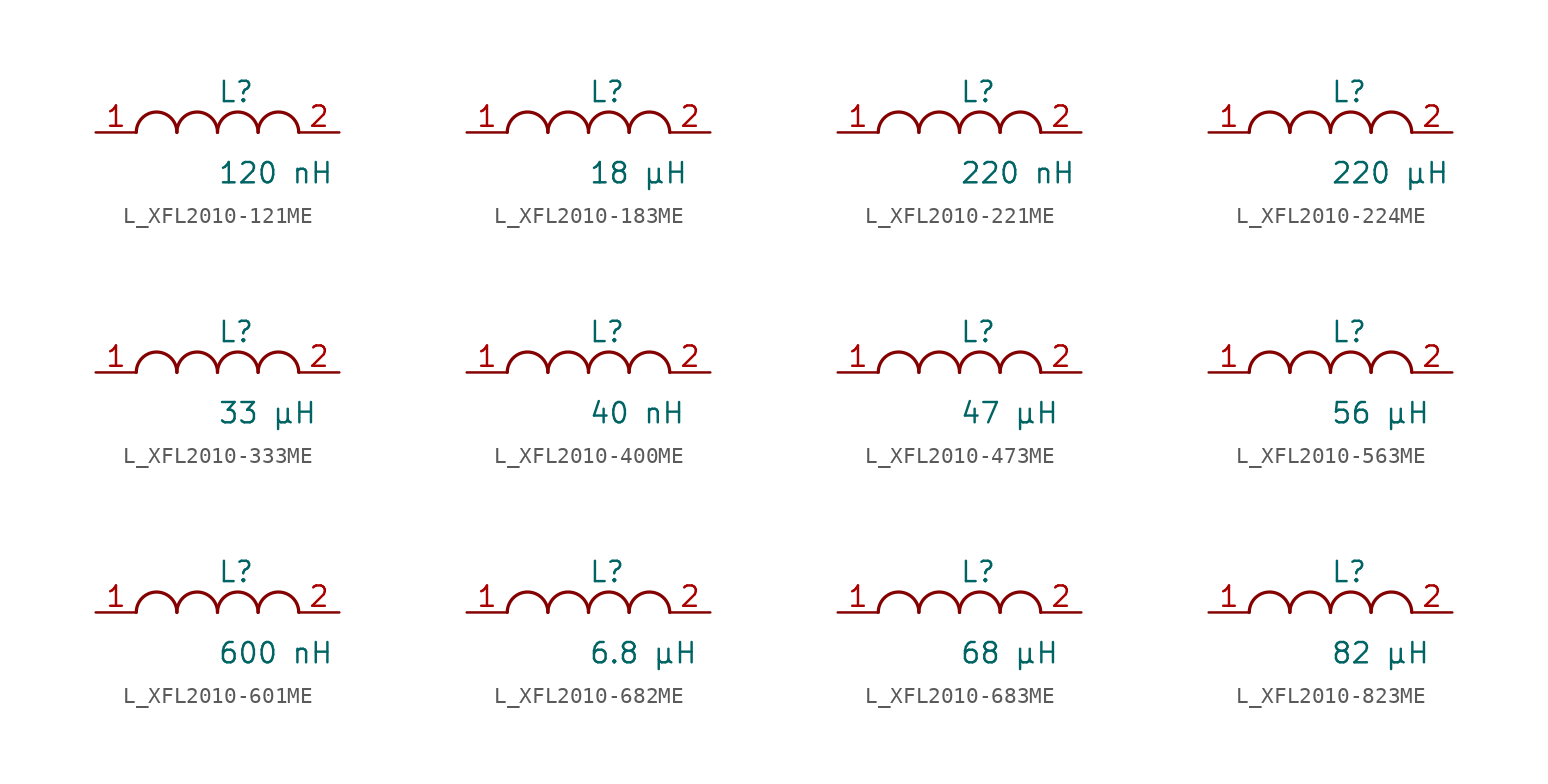
<source format=kicad_sym>
(kicad_symbol_lib
  (version 20231120)
  (generator kicad_symbol_editor)
  (generator_version 8.0)
  (symbol "L_XFL2010-121ME"
    (pin_names
      (offset 0.254))
    (property "Reference" "L"
      (at 0 2.54 0)
      (effects (font (size 1.27 1.27)) (justify left)))
    (property "Value" "120 nH"
      (at 0 -2.54 0)
      (effects (font (size 1.27 1.27)) (justify left)))
    (symbol "L_XFL2010-121ME_1_1"
      (arc (start -2.54 0.0056) (mid -3.81 1.27) (end -5.08 0.0056) (stroke (width 0.2032) (type default)) (fill (type none)))
      (arc (start 0 0.0056) (mid -1.27 1.27) (end -2.54 0.0056) (stroke (width 0.2032) (type default)) (fill (type none)))
      (arc (start 2.54 0.0056) (mid 1.27 1.27) (end 0 0.0056) (stroke (width 0.2032) (type default)) (fill (type none)))
      (arc (start 5.08 0.0056) (mid 3.81 1.27) (end 2.54 0.0056) (stroke (width 0.2032) (type default)) (fill (type none)))
      (pin unspecified line (at -7.62 0 0) (length 2.54) (name "" (effects (font (size 1.27 1.27)))) (number "1" (effects (font (size 1.27 1.27)))))
      (pin unspecified line (at 7.62 0 180) (length 2.54) (name "" (effects (font (size 1.27 1.27)))) (number "2" (effects (font (size 1.27 1.27)))))))
  (symbol "L_XFL2010-183ME"
    (pin_names
      (offset 0.254))
    (property "Reference" "L"
      (at 0 2.54 0)
      (effects (font (size 1.27 1.27)) (justify left)))
    (property "Value" "18 µH"
      (at 0 -2.54 0)
      (effects (font (size 1.27 1.27)) (justify left)))
    (symbol "L_XFL2010-183ME_1_1"
      (arc (start -2.54 0.0056) (mid -3.81 1.27) (end -5.08 0.0056) (stroke (width 0.2032) (type default)) (fill (type none)))
      (arc (start 0 0.0056) (mid -1.27 1.27) (end -2.54 0.0056) (stroke (width 0.2032) (type default)) (fill (type none)))
      (arc (start 2.54 0.0056) (mid 1.27 1.27) (end 0 0.0056) (stroke (width 0.2032) (type default)) (fill (type none)))
      (arc (start 5.08 0.0056) (mid 3.81 1.27) (end 2.54 0.0056) (stroke (width 0.2032) (type default)) (fill (type none)))
      (pin unspecified line (at -7.62 0 0) (length 2.54) (name "" (effects (font (size 1.27 1.27)))) (number "1" (effects (font (size 1.27 1.27)))))
      (pin unspecified line (at 7.62 0 180) (length 2.54) (name "" (effects (font (size 1.27 1.27)))) (number "2" (effects (font (size 1.27 1.27)))))))
  (symbol "L_XFL2010-221ME"
    (pin_names
      (offset 0.254))
    (property "Reference" "L"
      (at 0 2.54 0)
      (effects (font (size 1.27 1.27)) (justify left)))
    (property "Value" "220 nH"
      (at 0 -2.54 0)
      (effects (font (size 1.27 1.27)) (justify left)))
    (symbol "L_XFL2010-221ME_1_1"
      (arc (start -2.54 0.0056) (mid -3.81 1.27) (end -5.08 0.0056) (stroke (width 0.2032) (type default)) (fill (type none)))
      (arc (start 0 0.0056) (mid -1.27 1.27) (end -2.54 0.0056) (stroke (width 0.2032) (type default)) (fill (type none)))
      (arc (start 2.54 0.0056) (mid 1.27 1.27) (end 0 0.0056) (stroke (width 0.2032) (type default)) (fill (type none)))
      (arc (start 5.08 0.0056) (mid 3.81 1.27) (end 2.54 0.0056) (stroke (width 0.2032) (type default)) (fill (type none)))
      (pin unspecified line (at -7.62 0 0) (length 2.54) (name "" (effects (font (size 1.27 1.27)))) (number "1" (effects (font (size 1.27 1.27)))))
      (pin unspecified line (at 7.62 0 180) (length 2.54) (name "" (effects (font (size 1.27 1.27)))) (number "2" (effects (font (size 1.27 1.27)))))))
  (symbol "L_XFL2010-224ME"
    (pin_names
      (offset 0.254))
    (property "Reference" "L"
      (at 0 2.54 0)
      (effects (font (size 1.27 1.27)) (justify left)))
    (property "Value" "220 µH"
      (at 0 -2.54 0)
      (effects (font (size 1.27 1.27)) (justify left)))
    (symbol "L_XFL2010-224ME_1_1"
      (arc (start -2.54 0.0056) (mid -3.81 1.27) (end -5.08 0.0056) (stroke (width 0.2032) (type default)) (fill (type none)))
      (arc (start 0 0.0056) (mid -1.27 1.27) (end -2.54 0.0056) (stroke (width 0.2032) (type default)) (fill (type none)))
      (arc (start 2.54 0.0056) (mid 1.27 1.27) (end 0 0.0056) (stroke (width 0.2032) (type default)) (fill (type none)))
      (arc (start 5.08 0.0056) (mid 3.81 1.27) (end 2.54 0.0056) (stroke (width 0.2032) (type default)) (fill (type none)))
      (pin unspecified line (at -7.62 0 0) (length 2.54) (name "" (effects (font (size 1.27 1.27)))) (number "1" (effects (font (size 1.27 1.27)))))
      (pin unspecified line (at 7.62 0 180) (length 2.54) (name "" (effects (font (size 1.27 1.27)))) (number "2" (effects (font (size 1.27 1.27)))))))
  (symbol "L_XFL2010-333ME"
    (pin_names
      (offset 0.254))
    (property "Reference" "L"
      (at 0 2.54 0)
      (effects (font (size 1.27 1.27)) (justify left)))
    (property "Value" "33 µH"
      (at 0 -2.54 0)
      (effects (font (size 1.27 1.27)) (justify left)))
    (symbol "L_XFL2010-333ME_1_1"
      (arc (start -2.54 0.0056) (mid -3.81 1.27) (end -5.08 0.0056) (stroke (width 0.2032) (type default)) (fill (type none)))
      (arc (start 0 0.0056) (mid -1.27 1.27) (end -2.54 0.0056) (stroke (width 0.2032) (type default)) (fill (type none)))
      (arc (start 2.54 0.0056) (mid 1.27 1.27) (end 0 0.0056) (stroke (width 0.2032) (type default)) (fill (type none)))
      (arc (start 5.08 0.0056) (mid 3.81 1.27) (end 2.54 0.0056) (stroke (width 0.2032) (type default)) (fill (type none)))
      (pin unspecified line (at -7.62 0 0) (length 2.54) (name "" (effects (font (size 1.27 1.27)))) (number "1" (effects (font (size 1.27 1.27)))))
      (pin unspecified line (at 7.62 0 180) (length 2.54) (name "" (effects (font (size 1.27 1.27)))) (number "2" (effects (font (size 1.27 1.27)))))))
  (symbol "L_XFL2010-400ME"
    (pin_names
      (offset 0.254))
    (property "Reference" "L"
      (at 0 2.54 0)
      (effects (font (size 1.27 1.27)) (justify left)))
    (property "Value" "40 nH"
      (at 0 -2.54 0)
      (effects (font (size 1.27 1.27)) (justify left)))
    (symbol "L_XFL2010-400ME_1_1"
      (arc (start -2.54 0.0056) (mid -3.81 1.27) (end -5.08 0.0056) (stroke (width 0.2032) (type default)) (fill (type none)))
      (arc (start 0 0.0056) (mid -1.27 1.27) (end -2.54 0.0056) (stroke (width 0.2032) (type default)) (fill (type none)))
      (arc (start 2.54 0.0056) (mid 1.27 1.27) (end 0 0.0056) (stroke (width 0.2032) (type default)) (fill (type none)))
      (arc (start 5.08 0.0056) (mid 3.81 1.27) (end 2.54 0.0056) (stroke (width 0.2032) (type default)) (fill (type none)))
      (pin unspecified line (at -7.62 0 0) (length 2.54) (name "" (effects (font (size 1.27 1.27)))) (number "1" (effects (font (size 1.27 1.27)))))
      (pin unspecified line (at 7.62 0 180) (length 2.54) (name "" (effects (font (size 1.27 1.27)))) (number "2" (effects (font (size 1.27 1.27)))))))
  (symbol "L_XFL2010-473ME"
    (pin_names
      (offset 0.254))
    (property "Reference" "L"
      (at 0 2.54 0)
      (effects (font (size 1.27 1.27)) (justify left)))
    (property "Value" "47 µH"
      (at 0 -2.54 0)
      (effects (font (size 1.27 1.27)) (justify left)))
    (symbol "L_XFL2010-473ME_1_1"
      (arc (start -2.54 0.0056) (mid -3.81 1.27) (end -5.08 0.0056) (stroke (width 0.2032) (type default)) (fill (type none)))
      (arc (start 0 0.0056) (mid -1.27 1.27) (end -2.54 0.0056) (stroke (width 0.2032) (type default)) (fill (type none)))
      (arc (start 2.54 0.0056) (mid 1.27 1.27) (end 0 0.0056) (stroke (width 0.2032) (type default)) (fill (type none)))
      (arc (start 5.08 0.0056) (mid 3.81 1.27) (end 2.54 0.0056) (stroke (width 0.2032) (type default)) (fill (type none)))
      (pin unspecified line (at -7.62 0 0) (length 2.54) (name "" (effects (font (size 1.27 1.27)))) (number "1" (effects (font (size 1.27 1.27)))))
      (pin unspecified line (at 7.62 0 180) (length 2.54) (name "" (effects (font (size 1.27 1.27)))) (number "2" (effects (font (size 1.27 1.27)))))))
  (symbol "L_XFL2010-563ME"
    (pin_names
      (offset 0.254))
    (property "Reference" "L"
      (at 0 2.54 0)
      (effects (font (size 1.27 1.27)) (justify left)))
    (property "Value" "56 µH"
      (at 0 -2.54 0)
      (effects (font (size 1.27 1.27)) (justify left)))
    (symbol "L_XFL2010-563ME_1_1"
      (arc (start -2.54 0.0056) (mid -3.81 1.27) (end -5.08 0.0056) (stroke (width 0.2032) (type default)) (fill (type none)))
      (arc (start 0 0.0056) (mid -1.27 1.27) (end -2.54 0.0056) (stroke (width 0.2032) (type default)) (fill (type none)))
      (arc (start 2.54 0.0056) (mid 1.27 1.27) (end 0 0.0056) (stroke (width 0.2032) (type default)) (fill (type none)))
      (arc (start 5.08 0.0056) (mid 3.81 1.27) (end 2.54 0.0056) (stroke (width 0.2032) (type default)) (fill (type none)))
      (pin unspecified line (at -7.62 0 0) (length 2.54) (name "" (effects (font (size 1.27 1.27)))) (number "1" (effects (font (size 1.27 1.27)))))
      (pin unspecified line (at 7.62 0 180) (length 2.54) (name "" (effects (font (size 1.27 1.27)))) (number "2" (effects (font (size 1.27 1.27)))))))
  (symbol "L_XFL2010-601ME"
    (pin_names
      (offset 0.254))
    (property "Reference" "L"
      (at 0 2.54 0)
      (effects (font (size 1.27 1.27)) (justify left)))
    (property "Value" "600 nH"
      (at 0 -2.54 0)
      (effects (font (size 1.27 1.27)) (justify left)))
    (symbol "L_XFL2010-601ME_1_1"
      (arc (start -2.54 0.0056) (mid -3.81 1.27) (end -5.08 0.0056) (stroke (width 0.2032) (type default)) (fill (type none)))
      (arc (start 0 0.0056) (mid -1.27 1.27) (end -2.54 0.0056) (stroke (width 0.2032) (type default)) (fill (type none)))
      (arc (start 2.54 0.0056) (mid 1.27 1.27) (end 0 0.0056) (stroke (width 0.2032) (type default)) (fill (type none)))
      (arc (start 5.08 0.0056) (mid 3.81 1.27) (end 2.54 0.0056) (stroke (width 0.2032) (type default)) (fill (type none)))
      (pin unspecified line (at -7.62 0 0) (length 2.54) (name "" (effects (font (size 1.27 1.27)))) (number "1" (effects (font (size 1.27 1.27)))))
      (pin unspecified line (at 7.62 0 180) (length 2.54) (name "" (effects (font (size 1.27 1.27)))) (number "2" (effects (font (size 1.27 1.27)))))))
  (symbol "L_XFL2010-682ME"
    (pin_names
      (offset 0.254))
    (property "Reference" "L"
      (at 0 2.54 0)
      (effects (font (size 1.27 1.27)) (justify left)))
    (property "Value" "6.8 µH"
      (at 0 -2.54 0)
      (effects (font (size 1.27 1.27)) (justify left)))
    (symbol "L_XFL2010-682ME_1_1"
      (arc (start -2.54 0.0056) (mid -3.81 1.27) (end -5.08 0.0056) (stroke (width 0.2032) (type default)) (fill (type none)))
      (arc (start 0 0.0056) (mid -1.27 1.27) (end -2.54 0.0056) (stroke (width 0.2032) (type default)) (fill (type none)))
      (arc (start 2.54 0.0056) (mid 1.27 1.27) (end 0 0.0056) (stroke (width 0.2032) (type default)) (fill (type none)))
      (arc (start 5.08 0.0056) (mid 3.81 1.27) (end 2.54 0.0056) (stroke (width 0.2032) (type default)) (fill (type none)))
      (pin unspecified line (at -7.62 0 0) (length 2.54) (name "" (effects (font (size 1.27 1.27)))) (number "1" (effects (font (size 1.27 1.27)))))
      (pin unspecified line (at 7.62 0 180) (length 2.54) (name "" (effects (font (size 1.27 1.27)))) (number "2" (effects (font (size 1.27 1.27)))))))
  (symbol "L_XFL2010-683ME"
    (pin_names
      (offset 0.254))
    (property "Reference" "L"
      (at 0 2.54 0)
      (effects (font (size 1.27 1.27)) (justify left)))
    (property "Value" "68 µH"
      (at 0 -2.54 0)
      (effects (font (size 1.27 1.27)) (justify left)))
    (symbol "L_XFL2010-683ME_1_1"
      (arc (start -2.54 0.0056) (mid -3.81 1.27) (end -5.08 0.0056) (stroke (width 0.2032) (type default)) (fill (type none)))
      (arc (start 0 0.0056) (mid -1.27 1.27) (end -2.54 0.0056) (stroke (width 0.2032) (type default)) (fill (type none)))
      (arc (start 2.54 0.0056) (mid 1.27 1.27) (end 0 0.0056) (stroke (width 0.2032) (type default)) (fill (type none)))
      (arc (start 5.08 0.0056) (mid 3.81 1.27) (end 2.54 0.0056) (stroke (width 0.2032) (type default)) (fill (type none)))
      (pin unspecified line (at -7.62 0 0) (length 2.54) (name "" (effects (font (size 1.27 1.27)))) (number "1" (effects (font (size 1.27 1.27)))))
      (pin unspecified line (at 7.62 0 180) (length 2.54) (name "" (effects (font (size 1.27 1.27)))) (number "2" (effects (font (size 1.27 1.27)))))))
  (symbol "L_XFL2010-823ME"
    (pin_names
      (offset 0.254))
    (property "Reference" "L"
      (at 0 2.54 0)
      (effects (font (size 1.27 1.27)) (justify left)))
    (property "Value" "82 µH"
      (at 0 -2.54 0)
      (effects (font (size 1.27 1.27)) (justify left)))
    (symbol "L_XFL2010-823ME_1_1"
      (arc (start -2.54 0.0056) (mid -3.81 1.27) (end -5.08 0.0056) (stroke (width 0.2032) (type default)) (fill (type none)))
      (arc (start 0 0.0056) (mid -1.27 1.27) (end -2.54 0.0056) (stroke (width 0.2032) (type default)) (fill (type none)))
      (arc (start 2.54 0.0056) (mid 1.27 1.27) (end 0 0.0056) (stroke (width 0.2032) (type default)) (fill (type none)))
      (arc (start 5.08 0.0056) (mid 3.81 1.27) (end 2.54 0.0056) (stroke (width 0.2032) (type default)) (fill (type none)))
      (pin unspecified line (at -7.62 0 0) (length 2.54) (name "" (effects (font (size 1.27 1.27)))) (number "1" (effects (font (size 1.27 1.27)))))
      (pin unspecified line (at 7.62 0 180) (length 2.54) (name "" (effects (font (size 1.27 1.27)))) (number "2" (effects (font (size 1.27 1.27))))))))
</source>
